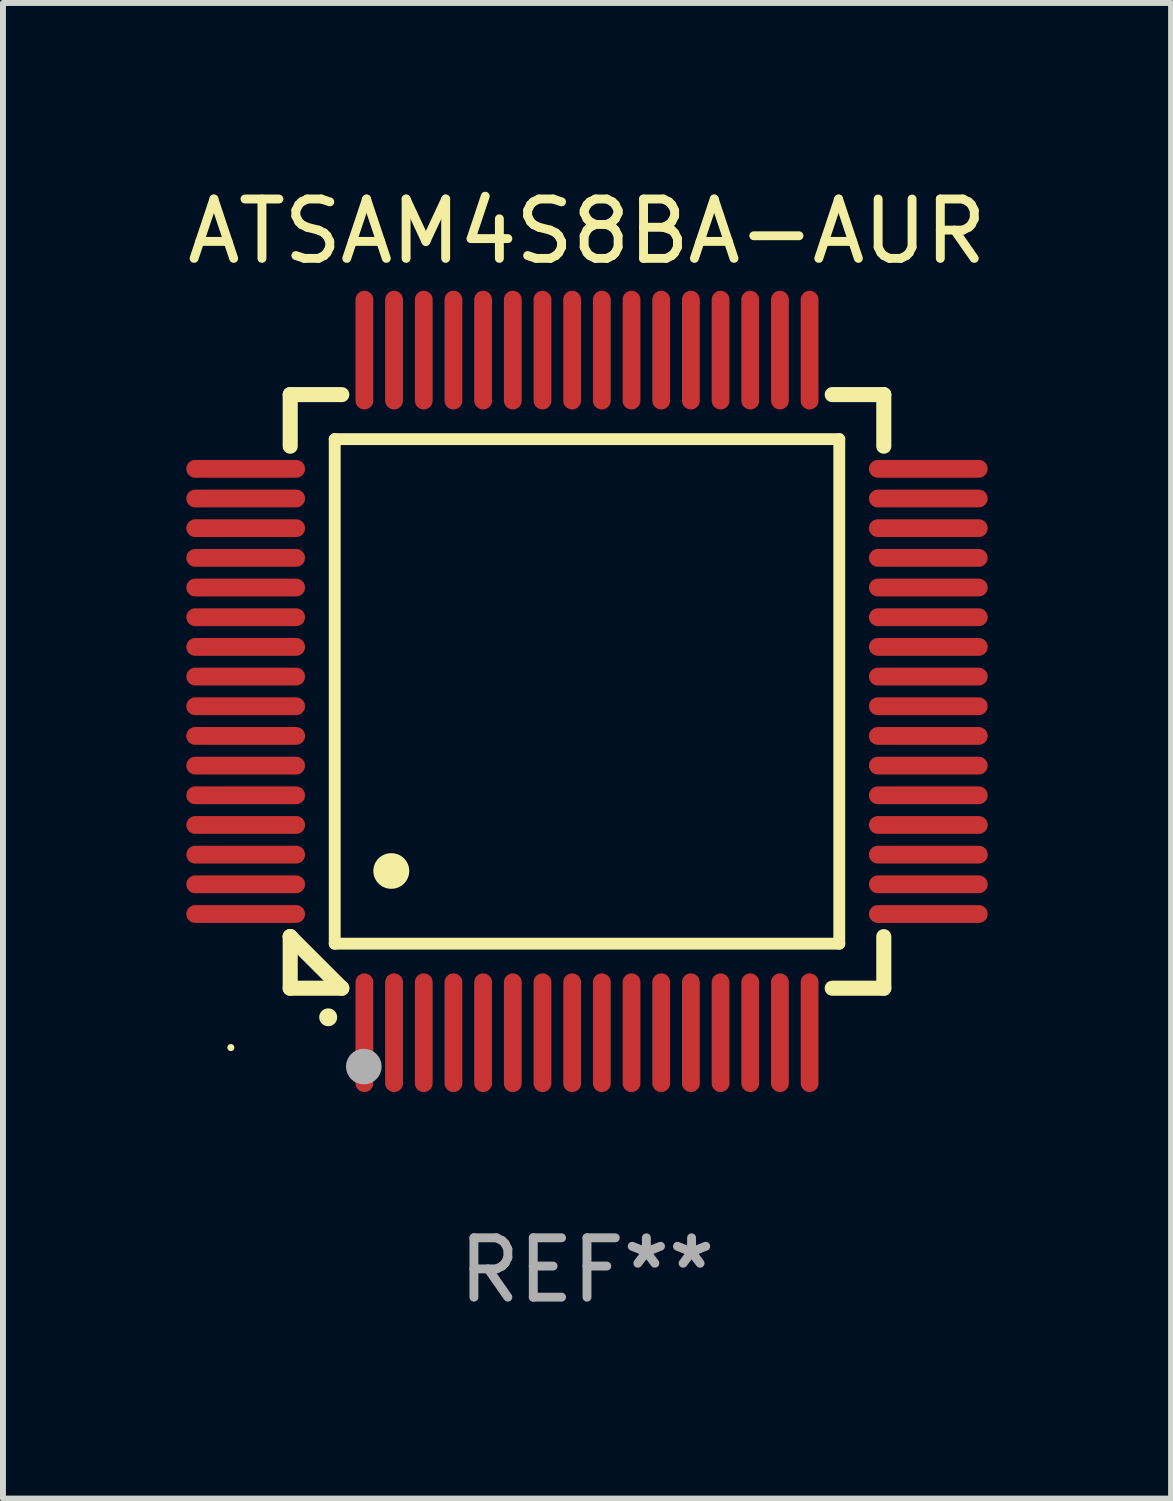
<source format=kicad_pcb>
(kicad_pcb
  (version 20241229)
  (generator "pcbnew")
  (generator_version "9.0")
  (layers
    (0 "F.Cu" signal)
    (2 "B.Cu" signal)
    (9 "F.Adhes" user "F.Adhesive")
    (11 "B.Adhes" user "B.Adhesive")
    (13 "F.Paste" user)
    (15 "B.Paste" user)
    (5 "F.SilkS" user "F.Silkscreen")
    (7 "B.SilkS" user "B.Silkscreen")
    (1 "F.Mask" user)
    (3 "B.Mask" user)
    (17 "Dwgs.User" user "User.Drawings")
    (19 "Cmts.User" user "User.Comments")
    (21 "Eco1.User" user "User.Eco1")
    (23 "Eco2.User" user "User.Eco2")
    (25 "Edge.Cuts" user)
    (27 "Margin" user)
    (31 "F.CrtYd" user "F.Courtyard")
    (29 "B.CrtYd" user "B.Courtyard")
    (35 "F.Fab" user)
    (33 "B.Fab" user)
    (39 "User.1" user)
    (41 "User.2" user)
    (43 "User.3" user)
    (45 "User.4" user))
  (footprint "ATSAM4S8BA-AUR"
    (layer "F.Cu")
    (at 6.839 8.598)
    (property "Reference" "ATSAM4S8BA-AUR" (at 0 -7.75 0) (layer "F.SilkS") (effects (font (size 1 1) (thickness 0.15))))
    (attr through_hole)
    (fp_line (start -5 -5) (end -4.131 -5) (stroke (width 0.254) (type solid)) (layer "F.SilkS"))
    (fp_line (start -5 -4.131) (end -5 -5) (stroke (width 0.254) (type solid)) (layer "F.SilkS"))
    (fp_line (start -5 4.131) (end -5 4.131) (stroke (width 0.254) (type solid)) (layer "F.SilkS"))
    (fp_line (start -5 5) (end -5 4.131) (stroke (width 0.254) (type solid)) (layer "F.SilkS"))
    (fp_line (start -5 4.131) (end -4.131 5) (stroke (width 0.254) (type solid)) (layer "F.SilkS"))
    (fp_line (start -4.25 -4.25) (end -4.25 4.25) (stroke (width 0.2) (type solid)) (layer "F.SilkS"))
    (fp_line (start -4.25 4.25) (end 4.25 4.25) (stroke (width 0.2) (type solid)) (layer "F.SilkS"))
    (fp_line (start -4.131 5) (end -5 5) (stroke (width 0.254) (type solid)) (layer "F.SilkS"))
    (fp_line (start 4.25 -4.25) (end -4.25 -4.25) (stroke (width 0.2) (type solid)) (layer "F.SilkS"))
    (fp_line (start 4.25 4.25) (end 4.25 -4.25) (stroke (width 0.2) (type solid)) (layer "F.SilkS"))
    (fp_line (start 5 -5) (end 4.131 -5) (stroke (width 0.254) (type solid)) (layer "F.SilkS"))
    (fp_line (start 5 -5) (end 5 -4.131) (stroke (width 0.254) (type solid)) (layer "F.SilkS"))
    (fp_line (start 5 4.131) (end 5 5) (stroke (width 0.254) (type solid)) (layer "F.SilkS"))
    (fp_line (start 5 5) (end 4.131 5) (stroke (width 0.254) (type solid)) (layer "F.SilkS"))
    (fp_arc (start -4.361265 5.489992) (mid -4.359995 5.489987) (end -4.358725 5.489992) (stroke (width 0.3) (type solid)) (layer "F.SilkS"))
    (fp_arc (start -3.299467 3.025146) (mid -3.296927 3.025135) (end -3.294387 3.025146) (stroke (width 0.6) (type solid)) (layer "F.SilkS"))
    (fp_circle (center -6 6) (end -5.97 6) (stroke (width 0.06) (type solid)) (fill no) (layer "F.SilkS"))
    (fp_circle (center -3.76 6.32) (end -3.61 6.32) (stroke (width 0.3) (type solid)) (fill no) (layer "F.Fab"))
    (fp_text user "REF**" (at 0 9.75 0) (layer "F.Fab") (effects (font (size 1 1) (thickness 0.15))))
    (pad "1" smd oval (at -3.75 5.75) (size 0.3 2) (layers "F.Cu" "F.Mask" "F.Paste"))
    (pad "2" smd oval (at -3.25 5.75) (size 0.3 2) (layers "F.Cu" "F.Mask" "F.Paste"))
    (pad "3" smd oval (at -2.75 5.75) (size 0.3 2) (layers "F.Cu" "F.Mask" "F.Paste"))
    (pad "4" smd oval (at -2.25 5.75) (size 0.3 2) (layers "F.Cu" "F.Mask" "F.Paste"))
    (pad "5" smd oval (at -1.75 5.75) (size 0.3 2) (layers "F.Cu" "F.Mask" "F.Paste"))
    (pad "6" smd oval (at -1.25 5.75) (size 0.3 2) (layers "F.Cu" "F.Mask" "F.Paste"))
    (pad "7" smd oval (at -0.75 5.75) (size 0.3 2) (layers "F.Cu" "F.Mask" "F.Paste"))
    (pad "8" smd oval (at -0.25 5.75) (size 0.3 2) (layers "F.Cu" "F.Mask" "F.Paste"))
    (pad "9" smd oval (at 0.25 5.75) (size 0.3 2) (layers "F.Cu" "F.Mask" "F.Paste"))
    (pad "10" smd oval (at 0.75 5.75) (size 0.3 2) (layers "F.Cu" "F.Mask" "F.Paste"))
    (pad "11" smd oval (at 1.25 5.75) (size 0.3 2) (layers "F.Cu" "F.Mask" "F.Paste"))
    (pad "12" smd oval (at 1.75 5.75) (size 0.3 2) (layers "F.Cu" "F.Mask" "F.Paste"))
    (pad "13" smd oval (at 2.25 5.75) (size 0.3 2) (layers "F.Cu" "F.Mask" "F.Paste"))
    (pad "14" smd oval (at 2.75 5.75) (size 0.3 2) (layers "F.Cu" "F.Mask" "F.Paste"))
    (pad "15" smd oval (at 3.25 5.75) (size 0.3 2) (layers "F.Cu" "F.Mask" "F.Paste"))
    (pad "16" smd oval (at 3.75 5.75) (size 0.3 2) (layers "F.Cu" "F.Mask" "F.Paste"))
    (pad "17" smd oval (at 5.75 3.75) (size 2 0.3) (layers "F.Cu" "F.Mask" "F.Paste"))
    (pad "18" smd oval (at 5.75 3.25) (size 2 0.3) (layers "F.Cu" "F.Mask" "F.Paste"))
    (pad "19" smd oval (at 5.75 2.75) (size 2 0.3) (layers "F.Cu" "F.Mask" "F.Paste"))
    (pad "20" smd oval (at 5.75 2.25) (size 2 0.3) (layers "F.Cu" "F.Mask" "F.Paste"))
    (pad "21" smd oval (at 5.75 1.75) (size 2 0.3) (layers "F.Cu" "F.Mask" "F.Paste"))
    (pad "22" smd oval (at 5.75 1.25) (size 2 0.3) (layers "F.Cu" "F.Mask" "F.Paste"))
    (pad "23" smd oval (at 5.75 0.75) (size 2 0.3) (layers "F.Cu" "F.Mask" "F.Paste"))
    (pad "24" smd oval (at 5.75 0.25) (size 2 0.3) (layers "F.Cu" "F.Mask" "F.Paste"))
    (pad "25" smd oval (at 5.75 -0.25) (size 2 0.3) (layers "F.Cu" "F.Mask" "F.Paste"))
    (pad "26" smd oval (at 5.75 -0.75) (size 2 0.3) (layers "F.Cu" "F.Mask" "F.Paste"))
    (pad "27" smd oval (at 5.75 -1.25) (size 2 0.3) (layers "F.Cu" "F.Mask" "F.Paste"))
    (pad "28" smd oval (at 5.75 -1.75) (size 2 0.3) (layers "F.Cu" "F.Mask" "F.Paste"))
    (pad "29" smd oval (at 5.75 -2.25) (size 2 0.3) (layers "F.Cu" "F.Mask" "F.Paste"))
    (pad "30" smd oval (at 5.75 -2.75) (size 2 0.3) (layers "F.Cu" "F.Mask" "F.Paste"))
    (pad "31" smd oval (at 5.75 -3.25) (size 2 0.3) (layers "F.Cu" "F.Mask" "F.Paste"))
    (pad "32" smd oval (at 5.75 -3.75) (size 2 0.3) (layers "F.Cu" "F.Mask" "F.Paste"))
    (pad "33" smd oval (at 3.75 -5.75) (size 0.3 2) (layers "F.Cu" "F.Mask" "F.Paste"))
    (pad "34" smd oval (at 3.25 -5.75) (size 0.3 2) (layers "F.Cu" "F.Mask" "F.Paste"))
    (pad "35" smd oval (at 2.75 -5.75) (size 0.3 2) (layers "F.Cu" "F.Mask" "F.Paste"))
    (pad "36" smd oval (at 2.25 -5.75) (size 0.3 2) (layers "F.Cu" "F.Mask" "F.Paste"))
    (pad "37" smd oval (at 1.75 -5.75) (size 0.3 2) (layers "F.Cu" "F.Mask" "F.Paste"))
    (pad "38" smd oval (at 1.25 -5.75) (size 0.3 2) (layers "F.Cu" "F.Mask" "F.Paste"))
    (pad "39" smd oval (at 0.75 -5.75) (size 0.3 2) (layers "F.Cu" "F.Mask" "F.Paste"))
    (pad "40" smd oval (at 0.25 -5.75) (size 0.3 2) (layers "F.Cu" "F.Mask" "F.Paste"))
    (pad "41" smd oval (at -0.25 -5.75) (size 0.3 2) (layers "F.Cu" "F.Mask" "F.Paste"))
    (pad "42" smd oval (at -0.75 -5.75) (size 0.3 2) (layers "F.Cu" "F.Mask" "F.Paste"))
    (pad "43" smd oval (at -1.25 -5.75) (size 0.3 2) (layers "F.Cu" "F.Mask" "F.Paste"))
    (pad "44" smd oval (at -1.75 -5.75) (size 0.3 2) (layers "F.Cu" "F.Mask" "F.Paste"))
    (pad "45" smd oval (at -2.25 -5.75) (size 0.3 2) (layers "F.Cu" "F.Mask" "F.Paste"))
    (pad "46" smd oval (at -2.75 -5.75) (size 0.3 2) (layers "F.Cu" "F.Mask" "F.Paste"))
    (pad "47" smd oval (at -3.25 -5.75) (size 0.3 2) (layers "F.Cu" "F.Mask" "F.Paste"))
    (pad "48" smd oval (at -3.75 -5.75) (size 0.3 2) (layers "F.Cu" "F.Mask" "F.Paste"))
    (pad "49" smd oval (at -5.75 -3.75) (size 2 0.3) (layers "F.Cu" "F.Mask" "F.Paste"))
    (pad "50" smd oval (at -5.75 -3.25) (size 2 0.3) (layers "F.Cu" "F.Mask" "F.Paste"))
    (pad "51" smd oval (at -5.75 -2.75) (size 2 0.3) (layers "F.Cu" "F.Mask" "F.Paste"))
    (pad "52" smd oval (at -5.75 -2.25) (size 2 0.3) (layers "F.Cu" "F.Mask" "F.Paste"))
    (pad "53" smd oval (at -5.75 -1.75) (size 2 0.3) (layers "F.Cu" "F.Mask" "F.Paste"))
    (pad "54" smd oval (at -5.75 -1.25) (size 2 0.3) (layers "F.Cu" "F.Mask" "F.Paste"))
    (pad "55" smd oval (at -5.75 -0.75) (size 2 0.3) (layers "F.Cu" "F.Mask" "F.Paste"))
    (pad "56" smd oval (at -5.75 -0.25) (size 2 0.3) (layers "F.Cu" "F.Mask" "F.Paste"))
    (pad "57" smd oval (at -5.75 0.25) (size 2 0.3) (layers "F.Cu" "F.Mask" "F.Paste"))
    (pad "58" smd oval (at -5.75 0.75) (size 2 0.3) (layers "F.Cu" "F.Mask" "F.Paste"))
    (pad "59" smd oval (at -5.75 1.25) (size 2 0.3) (layers "F.Cu" "F.Mask" "F.Paste"))
    (pad "60" smd oval (at -5.75 1.75) (size 2 0.3) (layers "F.Cu" "F.Mask" "F.Paste"))
    (pad "61" smd oval (at -5.75 2.25) (size 2 0.3) (layers "F.Cu" "F.Mask" "F.Paste"))
    (pad "62" smd oval (at -5.75 2.75) (size 2 0.3) (layers "F.Cu" "F.Mask" "F.Paste"))
    (pad "63" smd oval (at -5.75 3.25) (size 2 0.3) (layers "F.Cu" "F.Mask" "F.Paste"))
    (pad "64" smd oval (at -5.75 3.75) (size 2 0.3) (layers "F.Cu" "F.Mask" "F.Paste")))
  (gr_rect
    (start -3 -3)
    (end 16.679 22.196)
    (stroke (width 0.1) (type default))
    (fill no)
    (layer "Edge.Cuts")))
</source>
